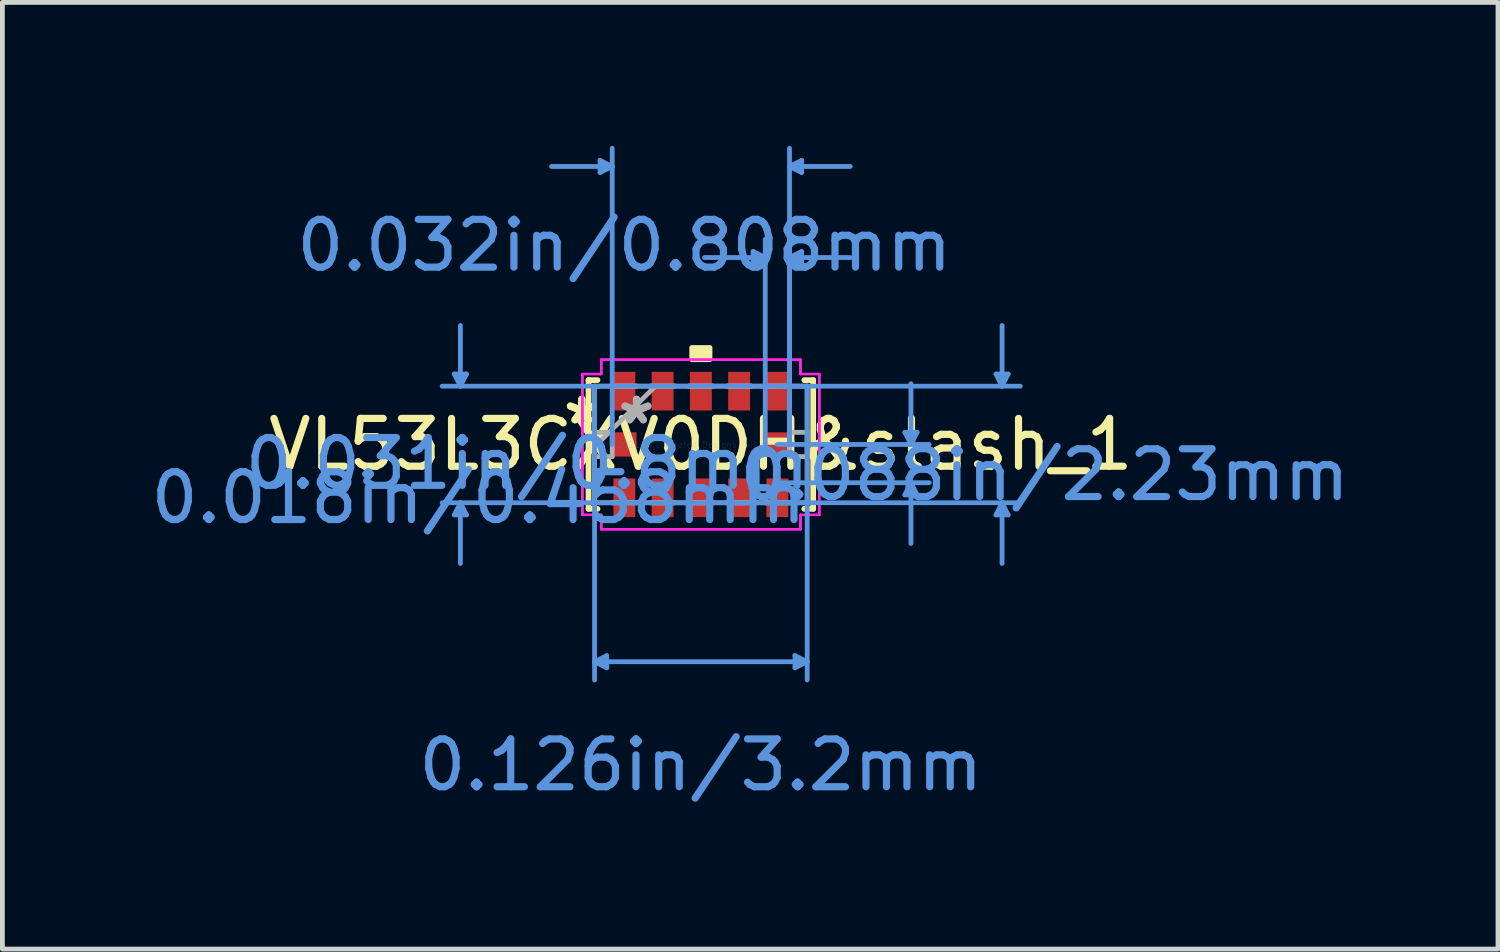
<source format=kicad_pcb>
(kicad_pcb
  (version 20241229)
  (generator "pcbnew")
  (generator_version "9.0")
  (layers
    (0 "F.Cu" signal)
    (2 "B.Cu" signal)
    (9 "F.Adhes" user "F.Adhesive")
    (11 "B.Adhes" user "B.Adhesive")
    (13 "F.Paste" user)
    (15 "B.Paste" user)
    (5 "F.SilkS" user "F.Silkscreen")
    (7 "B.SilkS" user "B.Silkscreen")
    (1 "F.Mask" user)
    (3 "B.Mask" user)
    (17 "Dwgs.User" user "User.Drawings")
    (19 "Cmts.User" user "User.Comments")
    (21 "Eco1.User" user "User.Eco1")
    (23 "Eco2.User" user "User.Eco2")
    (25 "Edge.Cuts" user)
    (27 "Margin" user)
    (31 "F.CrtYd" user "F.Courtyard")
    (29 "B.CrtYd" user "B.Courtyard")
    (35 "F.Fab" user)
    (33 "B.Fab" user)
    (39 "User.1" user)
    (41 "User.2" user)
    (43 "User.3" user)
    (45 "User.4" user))
  (footprint "VL53L3CXV0DH&slash_1"
    (layer "F.Cu")
    (at 11.607 6.245)
    (property "Reference" "VL53L3CXV0DH&slash_1" (at 0 0 0) (layer "F.SilkS") (effects (font (size 1 1) (thickness 0.15))))
    (attr through_hole)
    (fp_line (start -2.349 -1.346) (end -2.349 1.346) (stroke (width 0.12) (type solid)) (layer "F.SilkS"))
    (fp_line (start -2.349 1.346) (end -2.162 1.346) (stroke (width 0.12) (type solid)) (layer "F.SilkS"))
    (fp_line (start -2.162 -1.346) (end -2.349 -1.346) (stroke (width 0.12) (type solid)) (layer "F.SilkS"))
    (fp_line (start 2.162 1.346) (end 2.349 1.346) (stroke (width 0.12) (type solid)) (layer "F.SilkS"))
    (fp_line (start 2.349 -1.346) (end 2.162 -1.346) (stroke (width 0.12) (type solid)) (layer "F.SilkS"))
    (fp_line (start 2.349 1.346) (end 2.349 -1.346) (stroke (width 0.12) (type solid)) (layer "F.SilkS"))
    (fp_poly (pts (xy -0.191 -1.773) (xy -0.191 -2.027) (xy 0.191 -2.027) (xy 0.191 -1.773)) (stroke (width 0.1) (type solid)) (fill yes) (layer "F.SilkS"))
    (fp_line (start -5.156 -1.473) (end -4.902 -1.473) (stroke (width 0.1) (type solid)) (layer "Cmts.User"))
    (fp_line (start -5.156 1.473) (end -4.902 1.473) (stroke (width 0.1) (type solid)) (layer "Cmts.User"))
    (fp_line (start -5.029 -1.219) (end -5.156 -1.473) (stroke (width 0.1) (type solid)) (layer "Cmts.User"))
    (fp_line (start -5.029 -1.219) (end -5.029 -2.489) (stroke (width 0.1) (type solid)) (layer "Cmts.User"))
    (fp_line (start -5.029 -1.219) (end -4.902 -1.473) (stroke (width 0.1) (type solid)) (layer "Cmts.User"))
    (fp_line (start -5.029 1.219) (end -5.156 1.473) (stroke (width 0.1) (type solid)) (layer "Cmts.User"))
    (fp_line (start -5.029 1.219) (end -5.029 2.489) (stroke (width 0.1) (type solid)) (layer "Cmts.User"))
    (fp_line (start -5.029 1.219) (end -4.902 1.473) (stroke (width 0.1) (type solid)) (layer "Cmts.User"))
    (fp_line (start -2.223 -1.219) (end -2.223 4.925) (stroke (width 0.1) (type solid)) (layer "Cmts.User"))
    (fp_line (start -2.223 4.544) (end -1.968 4.417) (stroke (width 0.1) (type solid)) (layer "Cmts.User"))
    (fp_line (start -2.223 4.544) (end -1.968 4.671) (stroke (width 0.1) (type solid)) (layer "Cmts.User"))
    (fp_line (start -2.223 4.544) (end 2.223 4.544) (stroke (width 0.1) (type solid)) (layer "Cmts.User"))
    (fp_line (start -2.108 -5.941) (end -2.108 -5.687) (stroke (width 0.1) (type solid)) (layer "Cmts.User"))
    (fp_line (start -1.968 4.417) (end -1.968 4.671) (stroke (width 0.1) (type solid)) (layer "Cmts.User"))
    (fp_line (start -1.854 -5.814) (end -3.124 -5.814) (stroke (width 0.1) (type solid)) (layer "Cmts.User"))
    (fp_line (start -1.854 -5.814) (end -2.108 -5.941) (stroke (width 0.1) (type solid)) (layer "Cmts.User"))
    (fp_line (start -1.854 -5.814) (end -2.108 -5.687) (stroke (width 0.1) (type solid)) (layer "Cmts.User"))
    (fp_line (start -1.854 0) (end -1.854 -6.195) (stroke (width 0.1) (type solid)) (layer "Cmts.User"))
    (fp_line (start 1.092 -4.036) (end 1.092 -3.782) (stroke (width 0.1) (type solid)) (layer "Cmts.User"))
    (fp_line (start 1.346 -3.909) (end 0.076 -3.909) (stroke (width 0.1) (type solid)) (layer "Cmts.User"))
    (fp_line (start 1.346 -3.909) (end 1.092 -4.036) (stroke (width 0.1) (type solid)) (layer "Cmts.User"))
    (fp_line (start 1.346 -3.909) (end 1.092 -3.782) (stroke (width 0.1) (type solid)) (layer "Cmts.User"))
    (fp_line (start 1.346 0) (end 1.346 -4.29) (stroke (width 0.1) (type solid)) (layer "Cmts.User"))
    (fp_line (start 1.6 -1.219) (end 6.68 -1.219) (stroke (width 0.1) (type solid)) (layer "Cmts.User"))
    (fp_line (start 1.6 1.219) (end 6.68 1.219) (stroke (width 0.1) (type solid)) (layer "Cmts.User"))
    (fp_line (start 1.6 0) (end 4.775 0) (stroke (width 0.1) (type solid)) (layer "Cmts.User"))
    (fp_line (start 1.6 0.8) (end 4.775 0.8) (stroke (width 0.1) (type solid)) (layer "Cmts.User"))
    (fp_line (start 1.854 -5.814) (end 2.108 -5.941) (stroke (width 0.1) (type solid)) (layer "Cmts.User"))
    (fp_line (start 1.854 -5.814) (end 2.108 -5.687) (stroke (width 0.1) (type solid)) (layer "Cmts.User"))
    (fp_line (start 1.854 -5.814) (end 3.124 -5.814) (stroke (width 0.1) (type solid)) (layer "Cmts.User"))
    (fp_line (start 1.854 -3.909) (end 2.108 -4.036) (stroke (width 0.1) (type solid)) (layer "Cmts.User"))
    (fp_line (start 1.854 -3.909) (end 2.108 -3.782) (stroke (width 0.1) (type solid)) (layer "Cmts.User"))
    (fp_line (start 1.854 -3.909) (end 3.124 -3.909) (stroke (width 0.1) (type solid)) (layer "Cmts.User"))
    (fp_line (start 1.854 0) (end 1.854 -6.195) (stroke (width 0.1) (type solid)) (layer "Cmts.User"))
    (fp_line (start 1.854 0) (end 1.854 -4.29) (stroke (width 0.1) (type solid)) (layer "Cmts.User"))
    (fp_line (start 1.968 4.417) (end 1.968 4.671) (stroke (width 0.1) (type solid)) (layer "Cmts.User"))
    (fp_line (start 2.108 -5.941) (end 2.108 -5.687) (stroke (width 0.1) (type solid)) (layer "Cmts.User"))
    (fp_line (start 2.108 -4.036) (end 2.108 -3.782) (stroke (width 0.1) (type solid)) (layer "Cmts.User"))
    (fp_line (start 2.223 -1.219) (end -5.41 -1.219) (stroke (width 0.1) (type solid)) (layer "Cmts.User"))
    (fp_line (start 2.223 -1.219) (end 2.223 4.925) (stroke (width 0.1) (type solid)) (layer "Cmts.User"))
    (fp_line (start 2.223 1.219) (end -5.41 1.219) (stroke (width 0.1) (type solid)) (layer "Cmts.User"))
    (fp_line (start 2.223 4.544) (end 1.968 4.417) (stroke (width 0.1) (type solid)) (layer "Cmts.User"))
    (fp_line (start 2.223 4.544) (end 1.968 4.671) (stroke (width 0.1) (type solid)) (layer "Cmts.User"))
    (fp_line (start 4.267 -0.254) (end 4.521 -0.254) (stroke (width 0.1) (type solid)) (layer "Cmts.User"))
    (fp_line (start 4.267 1.054) (end 4.521 1.054) (stroke (width 0.1) (type solid)) (layer "Cmts.User"))
    (fp_line (start 4.394 0) (end 4.267 -0.254) (stroke (width 0.1) (type solid)) (layer "Cmts.User"))
    (fp_line (start 4.394 0) (end 4.394 -1.27) (stroke (width 0.1) (type solid)) (layer "Cmts.User"))
    (fp_line (start 4.394 0) (end 4.521 -0.254) (stroke (width 0.1) (type solid)) (layer "Cmts.User"))
    (fp_line (start 4.394 0.8) (end 4.267 1.054) (stroke (width 0.1) (type solid)) (layer "Cmts.User"))
    (fp_line (start 4.394 0.8) (end 4.394 2.07) (stroke (width 0.1) (type solid)) (layer "Cmts.User"))
    (fp_line (start 4.394 0.8) (end 4.521 1.054) (stroke (width 0.1) (type solid)) (layer "Cmts.User"))
    (fp_line (start 6.172 -1.473) (end 6.426 -1.473) (stroke (width 0.1) (type solid)) (layer "Cmts.User"))
    (fp_line (start 6.172 1.473) (end 6.426 1.473) (stroke (width 0.1) (type solid)) (layer "Cmts.User"))
    (fp_line (start 6.299 -1.219) (end 6.172 -1.473) (stroke (width 0.1) (type solid)) (layer "Cmts.User"))
    (fp_line (start 6.299 -1.219) (end 6.299 -2.489) (stroke (width 0.1) (type solid)) (layer "Cmts.User"))
    (fp_line (start 6.299 -1.219) (end 6.426 -1.473) (stroke (width 0.1) (type solid)) (layer "Cmts.User"))
    (fp_line (start 6.299 1.219) (end 6.172 1.473) (stroke (width 0.1) (type solid)) (layer "Cmts.User"))
    (fp_line (start 6.299 1.219) (end 6.299 2.489) (stroke (width 0.1) (type solid)) (layer "Cmts.User"))
    (fp_line (start 6.299 1.219) (end 6.426 1.473) (stroke (width 0.1) (type solid)) (layer "Cmts.User"))
    (fp_line (start -2.477 -1.473) (end -2.083 -1.473) (stroke (width 0.05) (type solid)) (layer "F.CrtYd"))
    (fp_line (start -2.477 -1.473) (end -2.083 -1.473) (stroke (width 0.05) (type solid)) (layer "F.CrtYd"))
    (fp_line (start -2.477 -0.483) (end -2.477 -1.473) (stroke (width 0.05) (type solid)) (layer "F.CrtYd"))
    (fp_line (start -2.477 -0.483) (end -2.477 -1.473) (stroke (width 0.05) (type solid)) (layer "F.CrtYd"))
    (fp_line (start -2.477 -0.483) (end -2.477 -0.483) (stroke (width 0.05) (type solid)) (layer "F.CrtYd"))
    (fp_line (start -2.477 -0.483) (end -2.477 -0.483) (stroke (width 0.05) (type solid)) (layer "F.CrtYd"))
    (fp_line (start -2.477 0.483) (end -2.477 -0.483) (stroke (width 0.05) (type solid)) (layer "F.CrtYd"))
    (fp_line (start -2.477 0.483) (end -2.477 -0.483) (stroke (width 0.05) (type solid)) (layer "F.CrtYd"))
    (fp_line (start -2.477 0.483) (end -2.477 0.483) (stroke (width 0.05) (type solid)) (layer "F.CrtYd"))
    (fp_line (start -2.477 0.483) (end -2.477 0.483) (stroke (width 0.05) (type solid)) (layer "F.CrtYd"))
    (fp_line (start -2.477 1.473) (end -2.477 0.483) (stroke (width 0.05) (type solid)) (layer "F.CrtYd"))
    (fp_line (start -2.477 1.473) (end -2.477 0.483) (stroke (width 0.05) (type solid)) (layer "F.CrtYd"))
    (fp_line (start -2.083 -1.773) (end 2.083 -1.773) (stroke (width 0.05) (type solid)) (layer "F.CrtYd"))
    (fp_line (start -2.083 -1.773) (end 2.083 -1.773) (stroke (width 0.05) (type solid)) (layer "F.CrtYd"))
    (fp_line (start -2.083 -1.473) (end -2.083 -1.773) (stroke (width 0.05) (type solid)) (layer "F.CrtYd"))
    (fp_line (start -2.083 -1.473) (end -2.083 -1.773) (stroke (width 0.05) (type solid)) (layer "F.CrtYd"))
    (fp_line (start -2.083 1.473) (end -2.477 1.473) (stroke (width 0.05) (type solid)) (layer "F.CrtYd"))
    (fp_line (start -2.083 1.473) (end -2.477 1.473) (stroke (width 0.05) (type solid)) (layer "F.CrtYd"))
    (fp_line (start -2.083 1.773) (end -2.083 1.473) (stroke (width 0.05) (type solid)) (layer "F.CrtYd"))
    (fp_line (start -2.083 1.773) (end -2.083 1.473) (stroke (width 0.05) (type solid)) (layer "F.CrtYd"))
    (fp_line (start 2.083 -1.773) (end 2.083 -1.473) (stroke (width 0.05) (type solid)) (layer "F.CrtYd"))
    (fp_line (start 2.083 -1.773) (end 2.083 -1.473) (stroke (width 0.05) (type solid)) (layer "F.CrtYd"))
    (fp_line (start 2.083 -1.473) (end 2.477 -1.473) (stroke (width 0.05) (type solid)) (layer "F.CrtYd"))
    (fp_line (start 2.083 -1.473) (end 2.477 -1.473) (stroke (width 0.05) (type solid)) (layer "F.CrtYd"))
    (fp_line (start 2.083 1.473) (end 2.083 1.773) (stroke (width 0.05) (type solid)) (layer "F.CrtYd"))
    (fp_line (start 2.083 1.473) (end 2.083 1.773) (stroke (width 0.05) (type solid)) (layer "F.CrtYd"))
    (fp_line (start 2.083 1.773) (end -2.083 1.773) (stroke (width 0.05) (type solid)) (layer "F.CrtYd"))
    (fp_line (start 2.083 1.773) (end -2.083 1.773) (stroke (width 0.05) (type solid)) (layer "F.CrtYd"))
    (fp_line (start 2.477 -1.473) (end 2.477 -0.483) (stroke (width 0.05) (type solid)) (layer "F.CrtYd"))
    (fp_line (start 2.477 -1.473) (end 2.477 -0.483) (stroke (width 0.05) (type solid)) (layer "F.CrtYd"))
    (fp_line (start 2.477 -0.483) (end 2.477 -0.483) (stroke (width 0.05) (type solid)) (layer "F.CrtYd"))
    (fp_line (start 2.477 -0.483) (end 2.477 -0.483) (stroke (width 0.05) (type solid)) (layer "F.CrtYd"))
    (fp_line (start 2.477 -0.483) (end 2.477 0.483) (stroke (width 0.05) (type solid)) (layer "F.CrtYd"))
    (fp_line (start 2.477 -0.483) (end 2.477 0.483) (stroke (width 0.05) (type solid)) (layer "F.CrtYd"))
    (fp_line (start 2.477 0.483) (end 2.477 0.483) (stroke (width 0.05) (type solid)) (layer "F.CrtYd"))
    (fp_line (start 2.477 0.483) (end 2.477 0.483) (stroke (width 0.05) (type solid)) (layer "F.CrtYd"))
    (fp_line (start 2.477 0.483) (end 2.477 1.473) (stroke (width 0.05) (type solid)) (layer "F.CrtYd"))
    (fp_line (start 2.477 0.483) (end 2.477 1.473) (stroke (width 0.05) (type solid)) (layer "F.CrtYd"))
    (fp_line (start 2.477 1.473) (end 2.083 1.473) (stroke (width 0.05) (type solid)) (layer "F.CrtYd"))
    (fp_line (start 2.477 1.473) (end 2.083 1.473) (stroke (width 0.05) (type solid)) (layer "F.CrtYd"))
    (fp_line (start -2.223 -1.219) (end -2.223 -1.219) (stroke (width 0.1) (type solid)) (layer "F.Fab"))
    (fp_line (start -2.223 -1.219) (end -2.223 1.219) (stroke (width 0.1) (type solid)) (layer "F.Fab"))
    (fp_line (start -2.223 -0.254) (end -1.854 -0.254) (stroke (width 0.1) (type solid)) (layer "F.Fab"))
    (fp_line (start -2.223 0.051) (end -0.953 -1.219) (stroke (width 0.1) (type solid)) (layer "F.Fab"))
    (fp_line (start -2.223 0.254) (end -2.223 -0.254) (stroke (width 0.1) (type solid)) (layer "F.Fab"))
    (fp_line (start -2.223 1.219) (end -2.223 1.219) (stroke (width 0.1) (type solid)) (layer "F.Fab"))
    (fp_line (start -2.223 1.219) (end 2.223 1.219) (stroke (width 0.1) (type solid)) (layer "F.Fab"))
    (fp_line (start -1.854 -0.254) (end -1.854 0.254) (stroke (width 0.1) (type solid)) (layer "F.Fab"))
    (fp_line (start -1.854 0.254) (end -2.223 0.254) (stroke (width 0.1) (type solid)) (layer "F.Fab"))
    (fp_line (start -1.854 -1.219) (end -1.854 -1.219) (stroke (width 0.1) (type solid)) (layer "F.Fab"))
    (fp_line (start -1.854 -1.219) (end -1.346 -1.219) (stroke (width 0.1) (type solid)) (layer "F.Fab"))
    (fp_line (start -1.854 1.219) (end -1.854 1.219) (stroke (width 0.1) (type solid)) (layer "F.Fab"))
    (fp_line (start -1.854 1.219) (end -1.346 1.219) (stroke (width 0.1) (type solid)) (layer "F.Fab"))
    (fp_line (start -1.346 -1.219) (end -1.854 -1.219) (stroke (width 0.1) (type solid)) (layer "F.Fab"))
    (fp_line (start -1.346 -1.219) (end -1.346 -1.219) (stroke (width 0.1) (type solid)) (layer "F.Fab"))
    (fp_line (start -1.346 1.219) (end -1.854 1.219) (stroke (width 0.1) (type solid)) (layer "F.Fab"))
    (fp_line (start -1.346 1.219) (end -1.346 1.219) (stroke (width 0.1) (type solid)) (layer "F.Fab"))
    (fp_line (start -1.054 -1.219) (end -1.054 -1.219) (stroke (width 0.1) (type solid)) (layer "F.Fab"))
    (fp_line (start -1.054 -1.219) (end -0.546 -1.219) (stroke (width 0.1) (type solid)) (layer "F.Fab"))
    (fp_line (start -1.054 1.219) (end -1.054 1.219) (stroke (width 0.1) (type solid)) (layer "F.Fab"))
    (fp_line (start -1.054 1.219) (end -0.546 1.219) (stroke (width 0.1) (type solid)) (layer "F.Fab"))
    (fp_line (start -0.546 -1.219) (end -1.054 -1.219) (stroke (width 0.1) (type solid)) (layer "F.Fab"))
    (fp_line (start -0.546 -1.219) (end -0.546 -1.219) (stroke (width 0.1) (type solid)) (layer "F.Fab"))
    (fp_line (start -0.546 1.219) (end -1.054 1.219) (stroke (width 0.1) (type solid)) (layer "F.Fab"))
    (fp_line (start -0.546 1.219) (end -0.546 1.219) (stroke (width 0.1) (type solid)) (layer "F.Fab"))
    (fp_line (start -0.254 -1.219) (end -0.254 -1.219) (stroke (width 0.1) (type solid)) (layer "F.Fab"))
    (fp_line (start -0.254 -1.219) (end 0.254 -1.219) (stroke (width 0.1) (type solid)) (layer "F.Fab"))
    (fp_line (start -0.254 1.219) (end -0.254 1.219) (stroke (width 0.1) (type solid)) (layer "F.Fab"))
    (fp_line (start -0.254 1.219) (end 0.254 1.219) (stroke (width 0.1) (type solid)) (layer "F.Fab"))
    (fp_line (start 0.254 -1.219) (end -0.254 -1.219) (stroke (width 0.1) (type solid)) (layer "F.Fab"))
    (fp_line (start 0.254 -1.219) (end 0.254 -1.219) (stroke (width 0.1) (type solid)) (layer "F.Fab"))
    (fp_line (start 0.254 1.219) (end -0.254 1.219) (stroke (width 0.1) (type solid)) (layer "F.Fab"))
    (fp_line (start 0.254 1.219) (end 0.254 1.219) (stroke (width 0.1) (type solid)) (layer "F.Fab"))
    (fp_line (start 0.546 -1.219) (end 0.546 -1.219) (stroke (width 0.1) (type solid)) (layer "F.Fab"))
    (fp_line (start 0.546 -1.219) (end 1.054 -1.219) (stroke (width 0.1) (type solid)) (layer "F.Fab"))
    (fp_line (start 0.546 1.219) (end 0.546 1.219) (stroke (width 0.1) (type solid)) (layer "F.Fab"))
    (fp_line (start 0.546 1.219) (end 1.054 1.219) (stroke (width 0.1) (type solid)) (layer "F.Fab"))
    (fp_line (start 1.054 -1.219) (end 0.546 -1.219) (stroke (width 0.1) (type solid)) (layer "F.Fab"))
    (fp_line (start 1.054 -1.219) (end 1.054 -1.219) (stroke (width 0.1) (type solid)) (layer "F.Fab"))
    (fp_line (start 1.054 1.219) (end 0.546 1.219) (stroke (width 0.1) (type solid)) (layer "F.Fab"))
    (fp_line (start 1.054 1.219) (end 1.054 1.219) (stroke (width 0.1) (type solid)) (layer "F.Fab"))
    (fp_line (start 1.346 -1.219) (end 1.346 -1.219) (stroke (width 0.1) (type solid)) (layer "F.Fab"))
    (fp_line (start 1.346 -1.219) (end 1.854 -1.219) (stroke (width 0.1) (type solid)) (layer "F.Fab"))
    (fp_line (start 1.346 1.219) (end 1.346 1.219) (stroke (width 0.1) (type solid)) (layer "F.Fab"))
    (fp_line (start 1.346 1.219) (end 1.854 1.219) (stroke (width 0.1) (type solid)) (layer "F.Fab"))
    (fp_line (start 1.854 -1.219) (end 1.346 -1.219) (stroke (width 0.1) (type solid)) (layer "F.Fab"))
    (fp_line (start 1.854 -1.219) (end 1.854 -1.219) (stroke (width 0.1) (type solid)) (layer "F.Fab"))
    (fp_line (start 1.854 1.219) (end 1.346 1.219) (stroke (width 0.1) (type solid)) (layer "F.Fab"))
    (fp_line (start 1.854 1.219) (end 1.854 1.219) (stroke (width 0.1) (type solid)) (layer "F.Fab"))
    (fp_line (start 1.854 -0.254) (end 2.223 -0.254) (stroke (width 0.1) (type solid)) (layer "F.Fab"))
    (fp_line (start 1.854 0.254) (end 1.854 -0.254) (stroke (width 0.1) (type solid)) (layer "F.Fab"))
    (fp_line (start 2.223 -1.219) (end -2.223 -1.219) (stroke (width 0.1) (type solid)) (layer "F.Fab"))
    (fp_line (start 2.223 -1.219) (end 2.223 -1.219) (stroke (width 0.1) (type solid)) (layer "F.Fab"))
    (fp_line (start 2.223 -0.254) (end 2.223 0.254) (stroke (width 0.1) (type solid)) (layer "F.Fab"))
    (fp_line (start 2.223 0.254) (end 1.854 0.254) (stroke (width 0.1) (type solid)) (layer "F.Fab"))
    (fp_line (start 2.223 1.219) (end 2.223 -1.219) (stroke (width 0.1) (type solid)) (layer "F.Fab"))
    (fp_line (start 2.223 1.219) (end 2.223 1.219) (stroke (width 0.1) (type solid)) (layer "F.Fab"))
    (fp_text user "*" (at -2.489 -0.4 0) (layer "F.SilkS") (effects (font (size 1 1) (thickness 0.15))))
    (fp_text user "*" (at -2.489 -0.4 0) (layer "F.SilkS") (effects (font (size 1 1) (thickness 0.15))))
    (fp_text user "0.018in/0.458mm" (at -4.648 1.115 0) (layer "Cmts.User") (effects (font (size 1 1) (thickness 0.15))))
    (fp_text user "Copyright 2021 Accelerated Designs. All rights reserved." (at 0 0 0) (layer "Cmts.User") (effects (font (size 0.127 0.127) (thickness 0.002))))
    (fp_text user "0.032in/0.808mm" (at -1.6 -4.163 0) (layer "Cmts.User") (effects (font (size 1 1) (thickness 0.15))))
    (fp_text user "0.126in/3.2mm" (at 0 6.703 0) (layer "Cmts.User") (effects (font (size 1 1) (thickness 0.15))))
    (fp_text user "0.088in/2.23mm" (at 7.188 0.635 0) (layer "Cmts.User") (effects (font (size 1 1) (thickness 0.15))))
    (fp_text user "0.031in/0.8mm" (at -3.632 0.4 0) (layer "Cmts.User") (effects (font (size 1 1) (thickness 0.15))))
    (fp_text user "*" (at -1.346 -0.4 0) (layer "F.Fab") (effects (font (size 1 1) (thickness 0.15))))
    (fp_text user "*" (at -1.346 -0.4 0) (layer "F.Fab") (effects (font (size 1 1) (thickness 0.15))))
    (pad "1" smd rect (at -1.6 -1.115) (size 0.458 0.808) (layers "F.Cu" "F.Mask" "F.Paste"))
    (pad "2" smd rect (at -0.8 -1.115) (size 0.458 0.808) (layers "F.Cu" "F.Mask" "F.Paste"))
    (pad "3" smd rect (at 0 -1.115) (size 0.458 0.808) (layers "F.Cu" "F.Mask" "F.Paste"))
    (pad "4" smd rect (at 0.8 -1.115) (size 0.458 0.808) (layers "F.Cu" "F.Mask" "F.Paste"))
    (pad "5" smd rect (at 1.6 -1.115) (size 0.458 0.808) (layers "F.Cu" "F.Mask" "F.Paste"))
    (pad "6" smd rect (at 1.6 0 90) (size 0.508 0.508) (layers "F.Cu" "F.Mask" "F.Paste"))
    (pad "7" smd rect (at 1.6 1.115) (size 0.458 0.808) (layers "F.Cu" "F.Mask" "F.Paste"))
    (pad "8" smd rect (at 0.8 1.115) (size 0.458 0.808) (layers "F.Cu" "F.Mask" "F.Paste"))
    (pad "9" smd rect (at 0 1.115) (size 0.458 0.808) (layers "F.Cu" "F.Mask" "F.Paste"))
    (pad "10" smd rect (at -0.8 1.115) (size 0.458 0.808) (layers "F.Cu" "F.Mask" "F.Paste"))
    (pad "11" smd rect (at -1.6 1.115) (size 0.458 0.808) (layers "F.Cu" "F.Mask" "F.Paste"))
    (pad "12" smd rect (at -1.6 0 90) (size 0.508 0.508) (layers "F.Cu" "F.Mask" "F.Paste")))
  (gr_rect
    (start -3 -3)
    (end 28.277 16.797)
    (stroke (width 0.1) (type default))
    (fill no)
    (layer "Edge.Cuts")))
</source>
